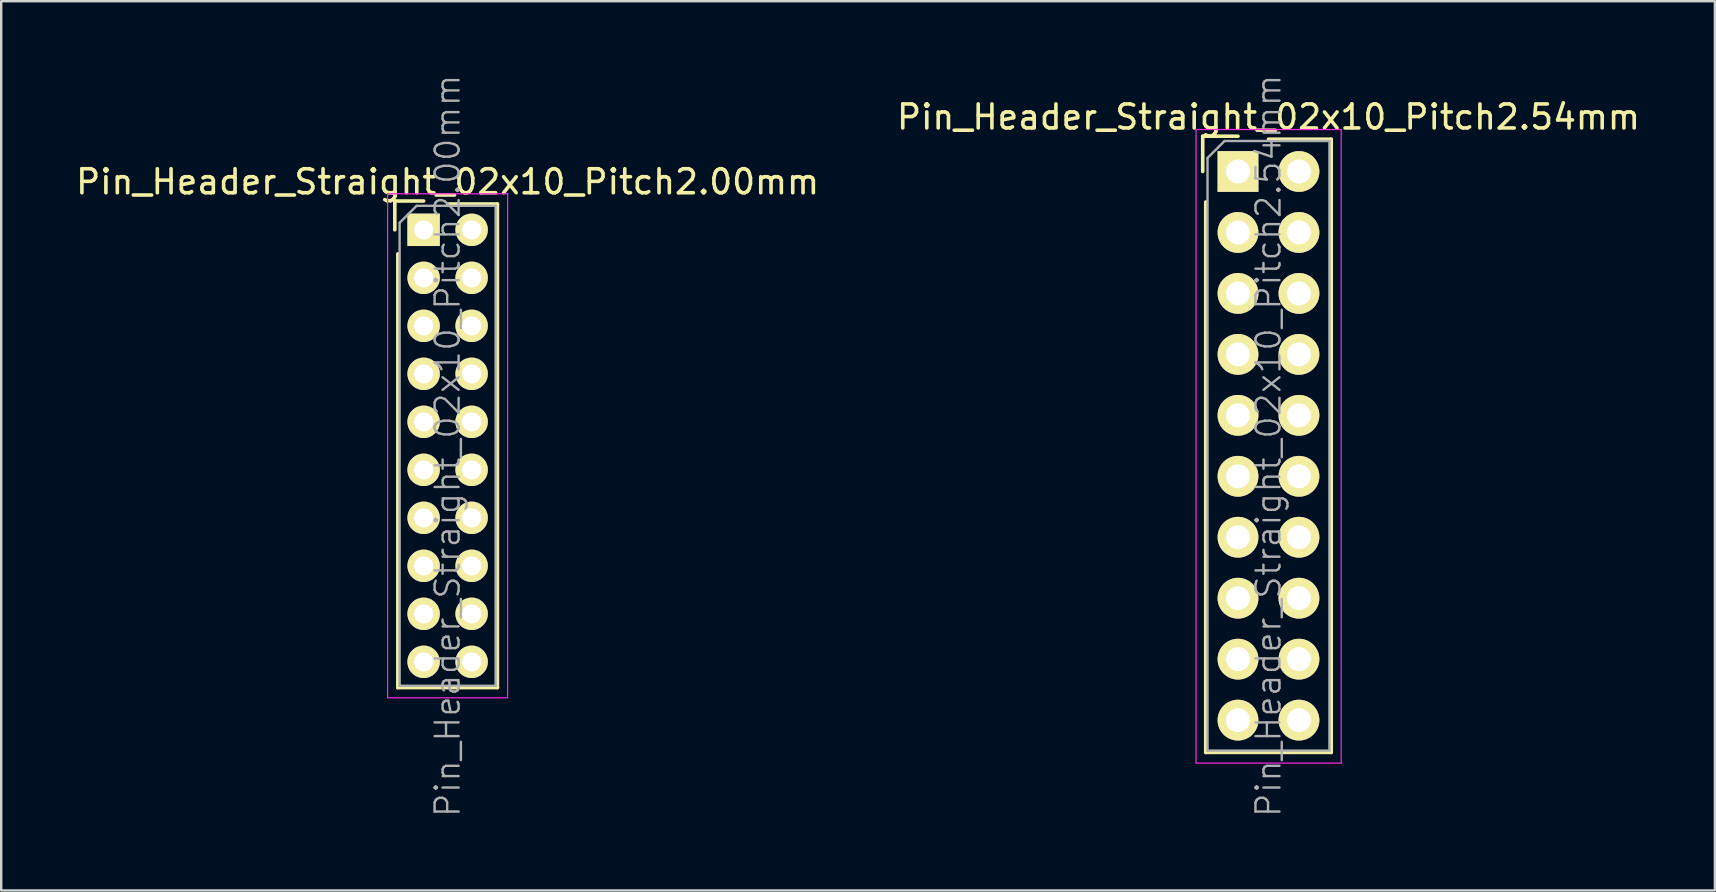
<source format=kicad_pcb>
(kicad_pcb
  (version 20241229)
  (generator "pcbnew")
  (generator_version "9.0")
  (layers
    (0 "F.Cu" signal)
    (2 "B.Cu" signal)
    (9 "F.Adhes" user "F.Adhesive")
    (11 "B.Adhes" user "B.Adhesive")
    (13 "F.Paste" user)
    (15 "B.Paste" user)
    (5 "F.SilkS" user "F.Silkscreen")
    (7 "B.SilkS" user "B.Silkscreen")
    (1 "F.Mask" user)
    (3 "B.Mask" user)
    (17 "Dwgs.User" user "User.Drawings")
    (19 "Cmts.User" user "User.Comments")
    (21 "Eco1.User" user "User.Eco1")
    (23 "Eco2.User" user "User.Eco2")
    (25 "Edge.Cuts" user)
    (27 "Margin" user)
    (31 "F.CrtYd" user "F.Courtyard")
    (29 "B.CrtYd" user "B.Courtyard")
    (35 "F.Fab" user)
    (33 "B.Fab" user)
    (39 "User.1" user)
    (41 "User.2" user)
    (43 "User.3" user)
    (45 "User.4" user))
  (footprint "Pin_Header_Straight_02x10_Pitch2.00mm"
    (layer "F.Cu")
    (at 14.601 6.526)
    (property "Reference" "Pin_Header_Straight_02x10_Pitch2.00mm" (at 1 -2 0) (layer "F.SilkS") (effects (font (size 1 1) (thickness 0.15))))
    (attr smd)
    (fp_line (start -1.2 -1.2) (end -1.2 0) (stroke (width 0.15) (type solid)) (layer "F.SilkS"))
    (fp_line (start -1.2 -1.2) (end 0 -1.2) (stroke (width 0.15) (type solid)) (layer "F.SilkS"))
    (fp_line (start -1.075 1) (end -1.075 19.075) (stroke (width 0.15) (type solid)) (layer "F.SilkS"))
    (fp_line (start -1.075 19.075) (end 3.075 19.075) (stroke (width 0.15) (type solid)) (layer "F.SilkS"))
    (fp_line (start 1 -1.075) (end 3.075 -1.075) (stroke (width 0.15) (type solid)) (layer "F.SilkS"))
    (fp_line (start 3.075 -1.075) (end 3.075 19.075) (stroke (width 0.15) (type solid)) (layer "F.SilkS"))
    (fp_line (start -1.5 -1.5) (end -1.5 19.5) (stroke (width 0.05) (type solid)) (layer "F.CrtYd"))
    (fp_line (start 3.5 -1.5) (end -1.5 -1.5) (stroke (width 0.05) (type solid)) (layer "F.CrtYd"))
    (fp_line (start 3.5 -1.5) (end 3.5 19.5) (stroke (width 0.05) (type solid)) (layer "F.CrtYd"))
    (fp_line (start 3.5 19.5) (end -1.5 19.5) (stroke (width 0.05) (type solid)) (layer "F.CrtYd"))
    (fp_line (start -1 -0.293) (end -0.293 -1) (stroke (width 0.1) (type solid)) (layer "F.Fab"))
    (fp_line (start -1 19) (end -1 -0.293) (stroke (width 0.1) (type solid)) (layer "F.Fab"))
    (fp_line (start 3 -1) (end -0.293 -1) (stroke (width 0.1) (type solid)) (layer "F.Fab"))
    (fp_line (start 3 19) (end -1 19) (stroke (width 0.1) (type solid)) (layer "F.Fab"))
    (fp_line (start 3 19) (end 3 -1) (stroke (width 0.1) (type solid)) (layer "F.Fab"))
    (fp_text user "${REFERENCE}" (at 1 9 90) (layer "F.Fab") (effects (font (size 1 1) (thickness 0.1))))
    (pad "1" thru_hole rect (at 0 0) (size 1.35 1.35) (drill 0.8) (layers "*.Cu" "*.Mask" "F.SilkS"))
    (pad "2" thru_hole oval (at 2 0) (size 1.35 1.35) (drill 0.8) (layers "*.Cu" "*.Mask" "F.SilkS"))
    (pad "3" thru_hole oval (at 0 2) (size 1.35 1.35) (drill 0.8) (layers "*.Cu" "*.Mask" "F.SilkS"))
    (pad "4" thru_hole oval (at 2 2) (size 1.35 1.35) (drill 0.8) (layers "*.Cu" "*.Mask" "F.SilkS"))
    (pad "5" thru_hole oval (at 0 4) (size 1.35 1.35) (drill 0.8) (layers "*.Cu" "*.Mask" "F.SilkS"))
    (pad "6" thru_hole oval (at 2 4) (size 1.35 1.35) (drill 0.8) (layers "*.Cu" "*.Mask" "F.SilkS"))
    (pad "7" thru_hole oval (at 0 6) (size 1.35 1.35) (drill 0.8) (layers "*.Cu" "*.Mask" "F.SilkS"))
    (pad "8" thru_hole oval (at 2 6) (size 1.35 1.35) (drill 0.8) (layers "*.Cu" "*.Mask" "F.SilkS"))
    (pad "9" thru_hole oval (at 0 8) (size 1.35 1.35) (drill 0.8) (layers "*.Cu" "*.Mask" "F.SilkS"))
    (pad "10" thru_hole oval (at 2 8) (size 1.35 1.35) (drill 0.8) (layers "*.Cu" "*.Mask" "F.SilkS"))
    (pad "11" thru_hole oval (at 0 10) (size 1.35 1.35) (drill 0.8) (layers "*.Cu" "*.Mask" "F.SilkS"))
    (pad "12" thru_hole oval (at 2 10) (size 1.35 1.35) (drill 0.8) (layers "*.Cu" "*.Mask" "F.SilkS"))
    (pad "13" thru_hole oval (at 0 12) (size 1.35 1.35) (drill 0.8) (layers "*.Cu" "*.Mask" "F.SilkS"))
    (pad "14" thru_hole oval (at 2 12) (size 1.35 1.35) (drill 0.8) (layers "*.Cu" "*.Mask" "F.SilkS"))
    (pad "15" thru_hole oval (at 0 14) (size 1.35 1.35) (drill 0.8) (layers "*.Cu" "*.Mask" "F.SilkS"))
    (pad "16" thru_hole oval (at 2 14) (size 1.35 1.35) (drill 0.8) (layers "*.Cu" "*.Mask" "F.SilkS"))
    (pad "17" thru_hole oval (at 0 16) (size 1.35 1.35) (drill 0.8) (layers "*.Cu" "*.Mask" "F.SilkS"))
    (pad "18" thru_hole oval (at 2 16) (size 1.35 1.35) (drill 0.8) (layers "*.Cu" "*.Mask" "F.SilkS"))
    (pad "19" thru_hole oval (at 0 18) (size 1.35 1.35) (drill 0.8) (layers "*.Cu" "*.Mask" "F.SilkS"))
    (pad "20" thru_hole oval (at 2 18) (size 1.35 1.35) (drill 0.8) (layers "*.Cu" "*.Mask" "F.SilkS")))
  (footprint "Pin_Header_Straight_02x10_Pitch2.54mm"
    (layer "F.Cu")
    (at 48.534 4.096)
    (property "Reference" "Pin_Header_Straight_02x10_Pitch2.54mm" (at 1.27 -2.27 0) (layer "F.SilkS") (effects (font (size 1 1) (thickness 0.15))))
    (attr smd)
    (fp_line (start -1.47 -1.47) (end -1.47 0) (stroke (width 0.15) (type solid)) (layer "F.SilkS"))
    (fp_line (start -1.47 -1.47) (end 0 -1.47) (stroke (width 0.15) (type solid)) (layer "F.SilkS"))
    (fp_line (start -1.345 1.27) (end -1.345 24.205) (stroke (width 0.15) (type solid)) (layer "F.SilkS"))
    (fp_line (start -1.345 24.205) (end 3.885 24.205) (stroke (width 0.15) (type solid)) (layer "F.SilkS"))
    (fp_line (start 1.27 -1.345) (end 3.885 -1.345) (stroke (width 0.15) (type solid)) (layer "F.SilkS"))
    (fp_line (start 3.885 -1.345) (end 3.885 24.205) (stroke (width 0.15) (type solid)) (layer "F.SilkS"))
    (fp_line (start -1.75 -1.75) (end -1.75 24.65) (stroke (width 0.05) (type solid)) (layer "F.CrtYd"))
    (fp_line (start 4.3 -1.75) (end -1.75 -1.75) (stroke (width 0.05) (type solid)) (layer "F.CrtYd"))
    (fp_line (start 4.3 -1.75) (end 4.3 24.65) (stroke (width 0.05) (type solid)) (layer "F.CrtYd"))
    (fp_line (start 4.3 24.65) (end -1.75 24.65) (stroke (width 0.05) (type solid)) (layer "F.CrtYd"))
    (fp_line (start -1.27 -0.563) (end -0.563 -1.27) (stroke (width 0.1) (type solid)) (layer "F.Fab"))
    (fp_line (start -1.27 24.13) (end -1.27 -0.563) (stroke (width 0.1) (type solid)) (layer "F.Fab"))
    (fp_line (start 3.81 -1.27) (end -0.563 -1.27) (stroke (width 0.1) (type solid)) (layer "F.Fab"))
    (fp_line (start 3.81 24.13) (end -1.27 24.13) (stroke (width 0.1) (type solid)) (layer "F.Fab"))
    (fp_line (start 3.81 24.13) (end 3.81 -1.27) (stroke (width 0.1) (type solid)) (layer "F.Fab"))
    (fp_text user "${REFERENCE}" (at 1.27 11.43 90) (layer "F.Fab") (effects (font (size 1 1) (thickness 0.1))))
    (pad "1" thru_hole rect (at 0 0) (size 1.7 1.7) (drill 1) (layers "*.Cu" "*.Mask" "F.SilkS"))
    (pad "2" thru_hole oval (at 2.54 0) (size 1.7 1.7) (drill 1) (layers "*.Cu" "*.Mask" "F.SilkS"))
    (pad "3" thru_hole oval (at 0 2.54) (size 1.7 1.7) (drill 1) (layers "*.Cu" "*.Mask" "F.SilkS"))
    (pad "4" thru_hole oval (at 2.54 2.54) (size 1.7 1.7) (drill 1) (layers "*.Cu" "*.Mask" "F.SilkS"))
    (pad "5" thru_hole oval (at 0 5.08) (size 1.7 1.7) (drill 1) (layers "*.Cu" "*.Mask" "F.SilkS"))
    (pad "6" thru_hole oval (at 2.54 5.08) (size 1.7 1.7) (drill 1) (layers "*.Cu" "*.Mask" "F.SilkS"))
    (pad "7" thru_hole oval (at 0 7.62) (size 1.7 1.7) (drill 1) (layers "*.Cu" "*.Mask" "F.SilkS"))
    (pad "8" thru_hole oval (at 2.54 7.62) (size 1.7 1.7) (drill 1) (layers "*.Cu" "*.Mask" "F.SilkS"))
    (pad "9" thru_hole oval (at 0 10.16) (size 1.7 1.7) (drill 1) (layers "*.Cu" "*.Mask" "F.SilkS"))
    (pad "10" thru_hole oval (at 2.54 10.16) (size 1.7 1.7) (drill 1) (layers "*.Cu" "*.Mask" "F.SilkS"))
    (pad "11" thru_hole oval (at 0 12.7) (size 1.7 1.7) (drill 1) (layers "*.Cu" "*.Mask" "F.SilkS"))
    (pad "12" thru_hole oval (at 2.54 12.7) (size 1.7 1.7) (drill 1) (layers "*.Cu" "*.Mask" "F.SilkS"))
    (pad "13" thru_hole oval (at 0 15.24) (size 1.7 1.7) (drill 1) (layers "*.Cu" "*.Mask" "F.SilkS"))
    (pad "14" thru_hole oval (at 2.54 15.24) (size 1.7 1.7) (drill 1) (layers "*.Cu" "*.Mask" "F.SilkS"))
    (pad "15" thru_hole oval (at 0 17.78) (size 1.7 1.7) (drill 1) (layers "*.Cu" "*.Mask" "F.SilkS"))
    (pad "16" thru_hole oval (at 2.54 17.78) (size 1.7 1.7) (drill 1) (layers "*.Cu" "*.Mask" "F.SilkS"))
    (pad "17" thru_hole oval (at 0 20.32) (size 1.7 1.7) (drill 1) (layers "*.Cu" "*.Mask" "F.SilkS"))
    (pad "18" thru_hole oval (at 2.54 20.32) (size 1.7 1.7) (drill 1) (layers "*.Cu" "*.Mask" "F.SilkS"))
    (pad "19" thru_hole oval (at 0 22.86) (size 1.7 1.7) (drill 1) (layers "*.Cu" "*.Mask" "F.SilkS"))
    (pad "20" thru_hole oval (at 2.54 22.86) (size 1.7 1.7) (drill 1) (layers "*.Cu" "*.Mask" "F.SilkS")))
  (gr_rect
    (start -3 -3)
    (end 68.405 34.052)
    (stroke (width 0.1) (type default))
    (fill no)
    (layer "Edge.Cuts")))
</source>
